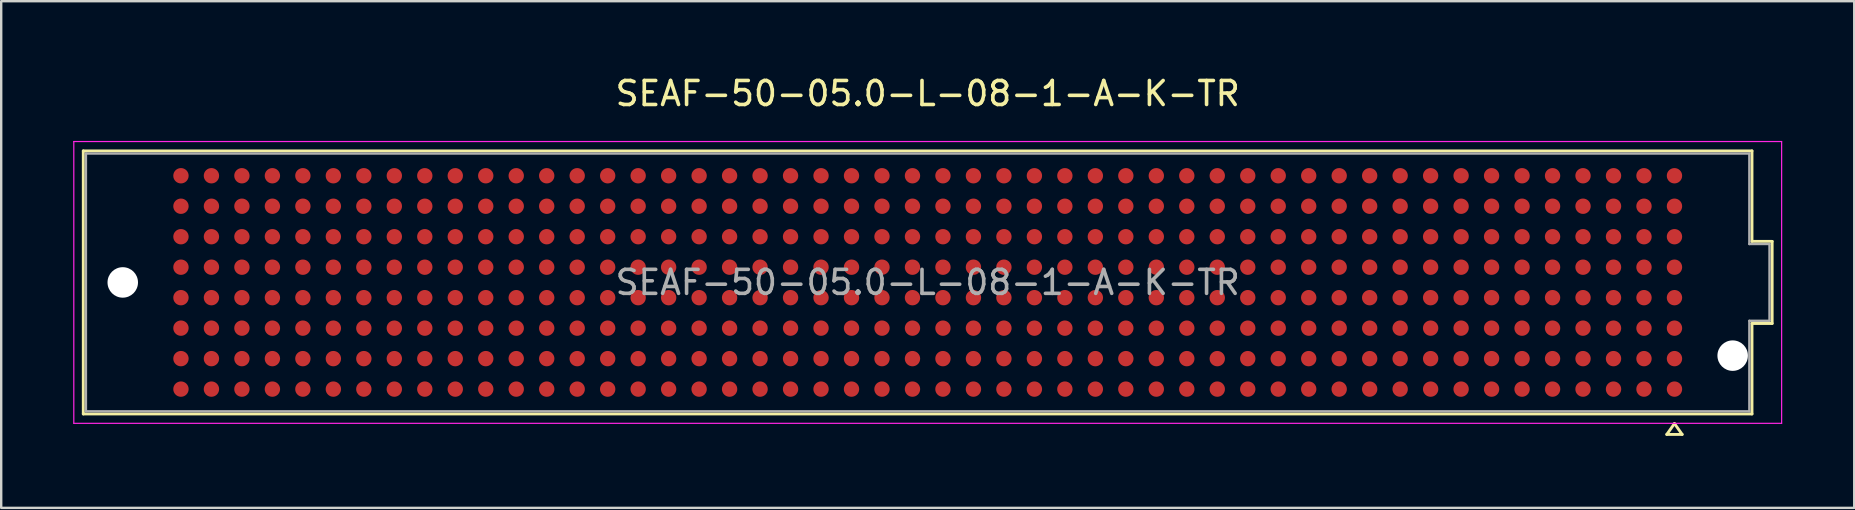
<source format=kicad_pcb>
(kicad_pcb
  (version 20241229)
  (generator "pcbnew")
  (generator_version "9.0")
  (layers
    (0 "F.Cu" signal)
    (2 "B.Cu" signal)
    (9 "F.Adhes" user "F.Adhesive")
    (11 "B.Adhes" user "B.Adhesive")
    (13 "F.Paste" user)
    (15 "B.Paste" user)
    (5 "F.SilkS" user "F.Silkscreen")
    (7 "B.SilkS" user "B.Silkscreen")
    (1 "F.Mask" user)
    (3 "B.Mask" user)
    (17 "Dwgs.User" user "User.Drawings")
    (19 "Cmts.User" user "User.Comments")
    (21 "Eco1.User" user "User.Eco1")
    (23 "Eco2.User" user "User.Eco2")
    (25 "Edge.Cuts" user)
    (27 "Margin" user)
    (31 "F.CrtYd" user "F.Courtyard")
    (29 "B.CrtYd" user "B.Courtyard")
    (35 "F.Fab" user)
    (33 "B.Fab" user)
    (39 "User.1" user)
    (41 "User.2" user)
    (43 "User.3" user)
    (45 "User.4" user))
  (footprint "SEAF-50-05.0-L-08-1-A-K-TR"
    (layer "F.Cu")
    (at 35.605 8.718)
    (property "Reference" "SEAF-50-05.0-L-08-1-A-K-TR" (at 0 -7.87 0) (layer "F.SilkS") (effects (font (size 1 1) (thickness 0.15))))
    (attr smd)
    (fp_line (start -35.185 -5.48) (end 34.345 -5.48) (stroke (width 0.12) (type solid)) (layer "F.SilkS"))
    (fp_line (start -35.185 5.48) (end -35.185 -5.48) (stroke (width 0.12) (type solid)) (layer "F.SilkS"))
    (fp_line (start 30.795 6.333) (end 31.435 6.333) (stroke (width 0.12) (type solid)) (layer "F.SilkS"))
    (fp_line (start 31.115 5.88) (end 30.795 6.333) (stroke (width 0.12) (type solid)) (layer "F.SilkS"))
    (fp_line (start 31.435 6.333) (end 31.115 5.88) (stroke (width 0.12) (type solid)) (layer "F.SilkS"))
    (fp_line (start 34.345 -5.48) (end 34.345 -1.71) (stroke (width 0.12) (type solid)) (layer "F.SilkS"))
    (fp_line (start 34.345 -1.71) (end 35.185 -1.71) (stroke (width 0.12) (type solid)) (layer "F.SilkS"))
    (fp_line (start 34.345 1.71) (end 34.345 5.48) (stroke (width 0.12) (type solid)) (layer "F.SilkS"))
    (fp_line (start 34.345 5.48) (end -35.185 5.48) (stroke (width 0.12) (type solid)) (layer "F.SilkS"))
    (fp_line (start 35.185 -1.71) (end 35.185 1.71) (stroke (width 0.12) (type solid)) (layer "F.SilkS"))
    (fp_line (start 35.185 1.71) (end 34.345 1.71) (stroke (width 0.12) (type solid)) (layer "F.SilkS"))
    (fp_line (start -35.58 -5.87) (end -35.58 5.87) (stroke (width 0.05) (type solid)) (layer "F.CrtYd"))
    (fp_line (start -35.58 5.87) (end 35.58 5.87) (stroke (width 0.05) (type solid)) (layer "F.CrtYd"))
    (fp_line (start 35.58 -5.87) (end -35.58 -5.87) (stroke (width 0.05) (type solid)) (layer "F.CrtYd"))
    (fp_line (start 35.58 5.87) (end 35.58 -5.87) (stroke (width 0.05) (type solid)) (layer "F.CrtYd"))
    (fp_line (start -35.075 -5.37) (end 34.235 -5.37) (stroke (width 0.1) (type solid)) (layer "F.Fab"))
    (fp_line (start -35.075 5.37) (end -35.075 -5.37) (stroke (width 0.1) (type solid)) (layer "F.Fab"))
    (fp_line (start 34.235 -5.37) (end 34.235 -1.6) (stroke (width 0.1) (type solid)) (layer "F.Fab"))
    (fp_line (start 34.235 -1.6) (end 35.075 -1.6) (stroke (width 0.1) (type solid)) (layer "F.Fab"))
    (fp_line (start 34.235 1.6) (end 34.235 5.37) (stroke (width 0.1) (type solid)) (layer "F.Fab"))
    (fp_line (start 34.235 5.37) (end -35.075 5.37) (stroke (width 0.1) (type solid)) (layer "F.Fab"))
    (fp_line (start 35.075 -1.6) (end 35.075 1.6) (stroke (width 0.1) (type solid)) (layer "F.Fab"))
    (fp_line (start 35.075 1.6) (end 34.235 1.6) (stroke (width 0.1) (type solid)) (layer "F.Fab"))
    (fp_text user "${REFERENCE}" (at 0 0 0) (layer "F.Fab") (effects (font (size 1 1) (thickness 0.15))))
    (pad "" np_thru_hole circle (at -33.54 0) (size 1.27 1.27) (drill 1.27) (layers "*.Cu" "*.Mask"))
    (pad "" np_thru_hole circle (at 33.54 3.05) (size 1.27 1.27) (drill 1.27) (layers "*.Cu" "*.Mask"))
    (pad "A1" smd circle (at 31.115 4.445) (size 0.64 0.64) (layers "F.Cu" "F.Mask" "F.Paste"))
    (pad "A2" smd circle (at 29.845 4.445) (size 0.64 0.64) (layers "F.Cu" "F.Mask" "F.Paste"))
    (pad "A3" smd circle (at 28.575 4.445) (size 0.64 0.64) (layers "F.Cu" "F.Mask" "F.Paste"))
    (pad "A4" smd circle (at 27.305 4.445) (size 0.64 0.64) (layers "F.Cu" "F.Mask" "F.Paste"))
    (pad "A5" smd circle (at 26.035 4.445) (size 0.64 0.64) (layers "F.Cu" "F.Mask" "F.Paste"))
    (pad "A6" smd circle (at 24.765 4.445) (size 0.64 0.64) (layers "F.Cu" "F.Mask" "F.Paste"))
    (pad "A7" smd circle (at 23.495 4.445) (size 0.64 0.64) (layers "F.Cu" "F.Mask" "F.Paste"))
    (pad "A8" smd circle (at 22.225 4.445) (size 0.64 0.64) (layers "F.Cu" "F.Mask" "F.Paste"))
    (pad "A9" smd circle (at 20.955 4.445) (size 0.64 0.64) (layers "F.Cu" "F.Mask" "F.Paste"))
    (pad "A10" smd circle (at 19.685 4.445) (size 0.64 0.64) (layers "F.Cu" "F.Mask" "F.Paste"))
    (pad "A11" smd circle (at 18.415 4.445) (size 0.64 0.64) (layers "F.Cu" "F.Mask" "F.Paste"))
    (pad "A12" smd circle (at 17.145 4.445) (size 0.64 0.64) (layers "F.Cu" "F.Mask" "F.Paste"))
    (pad "A13" smd circle (at 15.875 4.445) (size 0.64 0.64) (layers "F.Cu" "F.Mask" "F.Paste"))
    (pad "A14" smd circle (at 14.605 4.445) (size 0.64 0.64) (layers "F.Cu" "F.Mask" "F.Paste"))
    (pad "A15" smd circle (at 13.335 4.445) (size 0.64 0.64) (layers "F.Cu" "F.Mask" "F.Paste"))
    (pad "A16" smd circle (at 12.065 4.445) (size 0.64 0.64) (layers "F.Cu" "F.Mask" "F.Paste"))
    (pad "A17" smd circle (at 10.795 4.445) (size 0.64 0.64) (layers "F.Cu" "F.Mask" "F.Paste"))
    (pad "A18" smd circle (at 9.525 4.445) (size 0.64 0.64) (layers "F.Cu" "F.Mask" "F.Paste"))
    (pad "A19" smd circle (at 8.255 4.445) (size 0.64 0.64) (layers "F.Cu" "F.Mask" "F.Paste"))
    (pad "A20" smd circle (at 6.985 4.445) (size 0.64 0.64) (layers "F.Cu" "F.Mask" "F.Paste"))
    (pad "A21" smd circle (at 5.715 4.445) (size 0.64 0.64) (layers "F.Cu" "F.Mask" "F.Paste"))
    (pad "A22" smd circle (at 4.445 4.445) (size 0.64 0.64) (layers "F.Cu" "F.Mask" "F.Paste"))
    (pad "A23" smd circle (at 3.175 4.445) (size 0.64 0.64) (layers "F.Cu" "F.Mask" "F.Paste"))
    (pad "A24" smd circle (at 1.905 4.445) (size 0.64 0.64) (layers "F.Cu" "F.Mask" "F.Paste"))
    (pad "A25" smd circle (at 0.635 4.445) (size 0.64 0.64) (layers "F.Cu" "F.Mask" "F.Paste"))
    (pad "A26" smd circle (at -0.635 4.445) (size 0.64 0.64) (layers "F.Cu" "F.Mask" "F.Paste"))
    (pad "A27" smd circle (at -1.905 4.445) (size 0.64 0.64) (layers "F.Cu" "F.Mask" "F.Paste"))
    (pad "A28" smd circle (at -3.175 4.445) (size 0.64 0.64) (layers "F.Cu" "F.Mask" "F.Paste"))
    (pad "A29" smd circle (at -4.445 4.445) (size 0.64 0.64) (layers "F.Cu" "F.Mask" "F.Paste"))
    (pad "A30" smd circle (at -5.715 4.445) (size 0.64 0.64) (layers "F.Cu" "F.Mask" "F.Paste"))
    (pad "A31" smd circle (at -6.985 4.445) (size 0.64 0.64) (layers "F.Cu" "F.Mask" "F.Paste"))
    (pad "A32" smd circle (at -8.255 4.445) (size 0.64 0.64) (layers "F.Cu" "F.Mask" "F.Paste"))
    (pad "A33" smd circle (at -9.525 4.445) (size 0.64 0.64) (layers "F.Cu" "F.Mask" "F.Paste"))
    (pad "A34" smd circle (at -10.795 4.445) (size 0.64 0.64) (layers "F.Cu" "F.Mask" "F.Paste"))
    (pad "A35" smd circle (at -12.065 4.445) (size 0.64 0.64) (layers "F.Cu" "F.Mask" "F.Paste"))
    (pad "A36" smd circle (at -13.335 4.445) (size 0.64 0.64) (layers "F.Cu" "F.Mask" "F.Paste"))
    (pad "A37" smd circle (at -14.605 4.445) (size 0.64 0.64) (layers "F.Cu" "F.Mask" "F.Paste"))
    (pad "A38" smd circle (at -15.875 4.445) (size 0.64 0.64) (layers "F.Cu" "F.Mask" "F.Paste"))
    (pad "A39" smd circle (at -17.145 4.445) (size 0.64 0.64) (layers "F.Cu" "F.Mask" "F.Paste"))
    (pad "A40" smd circle (at -18.415 4.445) (size 0.64 0.64) (layers "F.Cu" "F.Mask" "F.Paste"))
    (pad "A41" smd circle (at -19.685 4.445) (size 0.64 0.64) (layers "F.Cu" "F.Mask" "F.Paste"))
    (pad "A42" smd circle (at -20.955 4.445) (size 0.64 0.64) (layers "F.Cu" "F.Mask" "F.Paste"))
    (pad "A43" smd circle (at -22.225 4.445) (size 0.64 0.64) (layers "F.Cu" "F.Mask" "F.Paste"))
    (pad "A44" smd circle (at -23.495 4.445) (size 0.64 0.64) (layers "F.Cu" "F.Mask" "F.Paste"))
    (pad "A45" smd circle (at -24.765 4.445) (size 0.64 0.64) (layers "F.Cu" "F.Mask" "F.Paste"))
    (pad "A46" smd circle (at -26.035 4.445) (size 0.64 0.64) (layers "F.Cu" "F.Mask" "F.Paste"))
    (pad "A47" smd circle (at -27.305 4.445) (size 0.64 0.64) (layers "F.Cu" "F.Mask" "F.Paste"))
    (pad "A48" smd circle (at -28.575 4.445) (size 0.64 0.64) (layers "F.Cu" "F.Mask" "F.Paste"))
    (pad "A49" smd circle (at -29.845 4.445) (size 0.64 0.64) (layers "F.Cu" "F.Mask" "F.Paste"))
    (pad "A50" smd circle (at -31.115 4.445) (size 0.64 0.64) (layers "F.Cu" "F.Mask" "F.Paste"))
    (pad "B1" smd circle (at 31.115 3.175) (size 0.64 0.64) (layers "F.Cu" "F.Mask" "F.Paste"))
    (pad "B2" smd circle (at 29.845 3.175) (size 0.64 0.64) (layers "F.Cu" "F.Mask" "F.Paste"))
    (pad "B3" smd circle (at 28.575 3.175) (size 0.64 0.64) (layers "F.Cu" "F.Mask" "F.Paste"))
    (pad "B4" smd circle (at 27.305 3.175) (size 0.64 0.64) (layers "F.Cu" "F.Mask" "F.Paste"))
    (pad "B5" smd circle (at 26.035 3.175) (size 0.64 0.64) (layers "F.Cu" "F.Mask" "F.Paste"))
    (pad "B6" smd circle (at 24.765 3.175) (size 0.64 0.64) (layers "F.Cu" "F.Mask" "F.Paste"))
    (pad "B7" smd circle (at 23.495 3.175) (size 0.64 0.64) (layers "F.Cu" "F.Mask" "F.Paste"))
    (pad "B8" smd circle (at 22.225 3.175) (size 0.64 0.64) (layers "F.Cu" "F.Mask" "F.Paste"))
    (pad "B9" smd circle (at 20.955 3.175) (size 0.64 0.64) (layers "F.Cu" "F.Mask" "F.Paste"))
    (pad "B10" smd circle (at 19.685 3.175) (size 0.64 0.64) (layers "F.Cu" "F.Mask" "F.Paste"))
    (pad "B11" smd circle (at 18.415 3.175) (size 0.64 0.64) (layers "F.Cu" "F.Mask" "F.Paste"))
    (pad "B12" smd circle (at 17.145 3.175) (size 0.64 0.64) (layers "F.Cu" "F.Mask" "F.Paste"))
    (pad "B13" smd circle (at 15.875 3.175) (size 0.64 0.64) (layers "F.Cu" "F.Mask" "F.Paste"))
    (pad "B14" smd circle (at 14.605 3.175) (size 0.64 0.64) (layers "F.Cu" "F.Mask" "F.Paste"))
    (pad "B15" smd circle (at 13.335 3.175) (size 0.64 0.64) (layers "F.Cu" "F.Mask" "F.Paste"))
    (pad "B16" smd circle (at 12.065 3.175) (size 0.64 0.64) (layers "F.Cu" "F.Mask" "F.Paste"))
    (pad "B17" smd circle (at 10.795 3.175) (size 0.64 0.64) (layers "F.Cu" "F.Mask" "F.Paste"))
    (pad "B18" smd circle (at 9.525 3.175) (size 0.64 0.64) (layers "F.Cu" "F.Mask" "F.Paste"))
    (pad "B19" smd circle (at 8.255 3.175) (size 0.64 0.64) (layers "F.Cu" "F.Mask" "F.Paste"))
    (pad "B20" smd circle (at 6.985 3.175) (size 0.64 0.64) (layers "F.Cu" "F.Mask" "F.Paste"))
    (pad "B21" smd circle (at 5.715 3.175) (size 0.64 0.64) (layers "F.Cu" "F.Mask" "F.Paste"))
    (pad "B22" smd circle (at 4.445 3.175) (size 0.64 0.64) (layers "F.Cu" "F.Mask" "F.Paste"))
    (pad "B23" smd circle (at 3.175 3.175) (size 0.64 0.64) (layers "F.Cu" "F.Mask" "F.Paste"))
    (pad "B24" smd circle (at 1.905 3.175) (size 0.64 0.64) (layers "F.Cu" "F.Mask" "F.Paste"))
    (pad "B25" smd circle (at 0.635 3.175) (size 0.64 0.64) (layers "F.Cu" "F.Mask" "F.Paste"))
    (pad "B26" smd circle (at -0.635 3.175) (size 0.64 0.64) (layers "F.Cu" "F.Mask" "F.Paste"))
    (pad "B27" smd circle (at -1.905 3.175) (size 0.64 0.64) (layers "F.Cu" "F.Mask" "F.Paste"))
    (pad "B28" smd circle (at -3.175 3.175) (size 0.64 0.64) (layers "F.Cu" "F.Mask" "F.Paste"))
    (pad "B29" smd circle (at -4.445 3.175) (size 0.64 0.64) (layers "F.Cu" "F.Mask" "F.Paste"))
    (pad "B30" smd circle (at -5.715 3.175) (size 0.64 0.64) (layers "F.Cu" "F.Mask" "F.Paste"))
    (pad "B31" smd circle (at -6.985 3.175) (size 0.64 0.64) (layers "F.Cu" "F.Mask" "F.Paste"))
    (pad "B32" smd circle (at -8.255 3.175) (size 0.64 0.64) (layers "F.Cu" "F.Mask" "F.Paste"))
    (pad "B33" smd circle (at -9.525 3.175) (size 0.64 0.64) (layers "F.Cu" "F.Mask" "F.Paste"))
    (pad "B34" smd circle (at -10.795 3.175) (size 0.64 0.64) (layers "F.Cu" "F.Mask" "F.Paste"))
    (pad "B35" smd circle (at -12.065 3.175) (size 0.64 0.64) (layers "F.Cu" "F.Mask" "F.Paste"))
    (pad "B36" smd circle (at -13.335 3.175) (size 0.64 0.64) (layers "F.Cu" "F.Mask" "F.Paste"))
    (pad "B37" smd circle (at -14.605 3.175) (size 0.64 0.64) (layers "F.Cu" "F.Mask" "F.Paste"))
    (pad "B38" smd circle (at -15.875 3.175) (size 0.64 0.64) (layers "F.Cu" "F.Mask" "F.Paste"))
    (pad "B39" smd circle (at -17.145 3.175) (size 0.64 0.64) (layers "F.Cu" "F.Mask" "F.Paste"))
    (pad "B40" smd circle (at -18.415 3.175) (size 0.64 0.64) (layers "F.Cu" "F.Mask" "F.Paste"))
    (pad "B41" smd circle (at -19.685 3.175) (size 0.64 0.64) (layers "F.Cu" "F.Mask" "F.Paste"))
    (pad "B42" smd circle (at -20.955 3.175) (size 0.64 0.64) (layers "F.Cu" "F.Mask" "F.Paste"))
    (pad "B43" smd circle (at -22.225 3.175) (size 0.64 0.64) (layers "F.Cu" "F.Mask" "F.Paste"))
    (pad "B44" smd circle (at -23.495 3.175) (size 0.64 0.64) (layers "F.Cu" "F.Mask" "F.Paste"))
    (pad "B45" smd circle (at -24.765 3.175) (size 0.64 0.64) (layers "F.Cu" "F.Mask" "F.Paste"))
    (pad "B46" smd circle (at -26.035 3.175) (size 0.64 0.64) (layers "F.Cu" "F.Mask" "F.Paste"))
    (pad "B47" smd circle (at -27.305 3.175) (size 0.64 0.64) (layers "F.Cu" "F.Mask" "F.Paste"))
    (pad "B48" smd circle (at -28.575 3.175) (size 0.64 0.64) (layers "F.Cu" "F.Mask" "F.Paste"))
    (pad "B49" smd circle (at -29.845 3.175) (size 0.64 0.64) (layers "F.Cu" "F.Mask" "F.Paste"))
    (pad "B50" smd circle (at -31.115 3.175) (size 0.64 0.64) (layers "F.Cu" "F.Mask" "F.Paste"))
    (pad "C1" smd circle (at 31.115 1.905) (size 0.64 0.64) (layers "F.Cu" "F.Mask" "F.Paste"))
    (pad "C2" smd circle (at 29.845 1.905) (size 0.64 0.64) (layers "F.Cu" "F.Mask" "F.Paste"))
    (pad "C3" smd circle (at 28.575 1.905) (size 0.64 0.64) (layers "F.Cu" "F.Mask" "F.Paste"))
    (pad "C4" smd circle (at 27.305 1.905) (size 0.64 0.64) (layers "F.Cu" "F.Mask" "F.Paste"))
    (pad "C5" smd circle (at 26.035 1.905) (size 0.64 0.64) (layers "F.Cu" "F.Mask" "F.Paste"))
    (pad "C6" smd circle (at 24.765 1.905) (size 0.64 0.64) (layers "F.Cu" "F.Mask" "F.Paste"))
    (pad "C7" smd circle (at 23.495 1.905) (size 0.64 0.64) (layers "F.Cu" "F.Mask" "F.Paste"))
    (pad "C8" smd circle (at 22.225 1.905) (size 0.64 0.64) (layers "F.Cu" "F.Mask" "F.Paste"))
    (pad "C9" smd circle (at 20.955 1.905) (size 0.64 0.64) (layers "F.Cu" "F.Mask" "F.Paste"))
    (pad "C10" smd circle (at 19.685 1.905) (size 0.64 0.64) (layers "F.Cu" "F.Mask" "F.Paste"))
    (pad "C11" smd circle (at 18.415 1.905) (size 0.64 0.64) (layers "F.Cu" "F.Mask" "F.Paste"))
    (pad "C12" smd circle (at 17.145 1.905) (size 0.64 0.64) (layers "F.Cu" "F.Mask" "F.Paste"))
    (pad "C13" smd circle (at 15.875 1.905) (size 0.64 0.64) (layers "F.Cu" "F.Mask" "F.Paste"))
    (pad "C14" smd circle (at 14.605 1.905) (size 0.64 0.64) (layers "F.Cu" "F.Mask" "F.Paste"))
    (pad "C15" smd circle (at 13.335 1.905) (size 0.64 0.64) (layers "F.Cu" "F.Mask" "F.Paste"))
    (pad "C16" smd circle (at 12.065 1.905) (size 0.64 0.64) (layers "F.Cu" "F.Mask" "F.Paste"))
    (pad "C17" smd circle (at 10.795 1.905) (size 0.64 0.64) (layers "F.Cu" "F.Mask" "F.Paste"))
    (pad "C18" smd circle (at 9.525 1.905) (size 0.64 0.64) (layers "F.Cu" "F.Mask" "F.Paste"))
    (pad "C19" smd circle (at 8.255 1.905) (size 0.64 0.64) (layers "F.Cu" "F.Mask" "F.Paste"))
    (pad "C20" smd circle (at 6.985 1.905) (size 0.64 0.64) (layers "F.Cu" "F.Mask" "F.Paste"))
    (pad "C21" smd circle (at 5.715 1.905) (size 0.64 0.64) (layers "F.Cu" "F.Mask" "F.Paste"))
    (pad "C22" smd circle (at 4.445 1.905) (size 0.64 0.64) (layers "F.Cu" "F.Mask" "F.Paste"))
    (pad "C23" smd circle (at 3.175 1.905) (size 0.64 0.64) (layers "F.Cu" "F.Mask" "F.Paste"))
    (pad "C24" smd circle (at 1.905 1.905) (size 0.64 0.64) (layers "F.Cu" "F.Mask" "F.Paste"))
    (pad "C25" smd circle (at 0.635 1.905) (size 0.64 0.64) (layers "F.Cu" "F.Mask" "F.Paste"))
    (pad "C26" smd circle (at -0.635 1.905) (size 0.64 0.64) (layers "F.Cu" "F.Mask" "F.Paste"))
    (pad "C27" smd circle (at -1.905 1.905) (size 0.64 0.64) (layers "F.Cu" "F.Mask" "F.Paste"))
    (pad "C28" smd circle (at -3.175 1.905) (size 0.64 0.64) (layers "F.Cu" "F.Mask" "F.Paste"))
    (pad "C29" smd circle (at -4.445 1.905) (size 0.64 0.64) (layers "F.Cu" "F.Mask" "F.Paste"))
    (pad "C30" smd circle (at -5.715 1.905) (size 0.64 0.64) (layers "F.Cu" "F.Mask" "F.Paste"))
    (pad "C31" smd circle (at -6.985 1.905) (size 0.64 0.64) (layers "F.Cu" "F.Mask" "F.Paste"))
    (pad "C32" smd circle (at -8.255 1.905) (size 0.64 0.64) (layers "F.Cu" "F.Mask" "F.Paste"))
    (pad "C33" smd circle (at -9.525 1.905) (size 0.64 0.64) (layers "F.Cu" "F.Mask" "F.Paste"))
    (pad "C34" smd circle (at -10.795 1.905) (size 0.64 0.64) (layers "F.Cu" "F.Mask" "F.Paste"))
    (pad "C35" smd circle (at -12.065 1.905) (size 0.64 0.64) (layers "F.Cu" "F.Mask" "F.Paste"))
    (pad "C36" smd circle (at -13.335 1.905) (size 0.64 0.64) (layers "F.Cu" "F.Mask" "F.Paste"))
    (pad "C37" smd circle (at -14.605 1.905) (size 0.64 0.64) (layers "F.Cu" "F.Mask" "F.Paste"))
    (pad "C38" smd circle (at -15.875 1.905) (size 0.64 0.64) (layers "F.Cu" "F.Mask" "F.Paste"))
    (pad "C39" smd circle (at -17.145 1.905) (size 0.64 0.64) (layers "F.Cu" "F.Mask" "F.Paste"))
    (pad "C40" smd circle (at -18.415 1.905) (size 0.64 0.64) (layers "F.Cu" "F.Mask" "F.Paste"))
    (pad "C41" smd circle (at -19.685 1.905) (size 0.64 0.64) (layers "F.Cu" "F.Mask" "F.Paste"))
    (pad "C42" smd circle (at -20.955 1.905) (size 0.64 0.64) (layers "F.Cu" "F.Mask" "F.Paste"))
    (pad "C43" smd circle (at -22.225 1.905) (size 0.64 0.64) (layers "F.Cu" "F.Mask" "F.Paste"))
    (pad "C44" smd circle (at -23.495 1.905) (size 0.64 0.64) (layers "F.Cu" "F.Mask" "F.Paste"))
    (pad "C45" smd circle (at -24.765 1.905) (size 0.64 0.64) (layers "F.Cu" "F.Mask" "F.Paste"))
    (pad "C46" smd circle (at -26.035 1.905) (size 0.64 0.64) (layers "F.Cu" "F.Mask" "F.Paste"))
    (pad "C47" smd circle (at -27.305 1.905) (size 0.64 0.64) (layers "F.Cu" "F.Mask" "F.Paste"))
    (pad "C48" smd circle (at -28.575 1.905) (size 0.64 0.64) (layers "F.Cu" "F.Mask" "F.Paste"))
    (pad "C49" smd circle (at -29.845 1.905) (size 0.64 0.64) (layers "F.Cu" "F.Mask" "F.Paste"))
    (pad "C50" smd circle (at -31.115 1.905) (size 0.64 0.64) (layers "F.Cu" "F.Mask" "F.Paste"))
    (pad "D1" smd circle (at 31.115 0.635) (size 0.64 0.64) (layers "F.Cu" "F.Mask" "F.Paste"))
    (pad "D2" smd circle (at 29.845 0.635) (size 0.64 0.64) (layers "F.Cu" "F.Mask" "F.Paste"))
    (pad "D3" smd circle (at 28.575 0.635) (size 0.64 0.64) (layers "F.Cu" "F.Mask" "F.Paste"))
    (pad "D4" smd circle (at 27.305 0.635) (size 0.64 0.64) (layers "F.Cu" "F.Mask" "F.Paste"))
    (pad "D5" smd circle (at 26.035 0.635) (size 0.64 0.64) (layers "F.Cu" "F.Mask" "F.Paste"))
    (pad "D6" smd circle (at 24.765 0.635) (size 0.64 0.64) (layers "F.Cu" "F.Mask" "F.Paste"))
    (pad "D7" smd circle (at 23.495 0.635) (size 0.64 0.64) (layers "F.Cu" "F.Mask" "F.Paste"))
    (pad "D8" smd circle (at 22.225 0.635) (size 0.64 0.64) (layers "F.Cu" "F.Mask" "F.Paste"))
    (pad "D9" smd circle (at 20.955 0.635) (size 0.64 0.64) (layers "F.Cu" "F.Mask" "F.Paste"))
    (pad "D10" smd circle (at 19.685 0.635) (size 0.64 0.64) (layers "F.Cu" "F.Mask" "F.Paste"))
    (pad "D11" smd circle (at 18.415 0.635) (size 0.64 0.64) (layers "F.Cu" "F.Mask" "F.Paste"))
    (pad "D12" smd circle (at 17.145 0.635) (size 0.64 0.64) (layers "F.Cu" "F.Mask" "F.Paste"))
    (pad "D13" smd circle (at 15.875 0.635) (size 0.64 0.64) (layers "F.Cu" "F.Mask" "F.Paste"))
    (pad "D14" smd circle (at 14.605 0.635) (size 0.64 0.64) (layers "F.Cu" "F.Mask" "F.Paste"))
    (pad "D15" smd circle (at 13.335 0.635) (size 0.64 0.64) (layers "F.Cu" "F.Mask" "F.Paste"))
    (pad "D16" smd circle (at 12.065 0.635) (size 0.64 0.64) (layers "F.Cu" "F.Mask" "F.Paste"))
    (pad "D17" smd circle (at 10.795 0.635) (size 0.64 0.64) (layers "F.Cu" "F.Mask" "F.Paste"))
    (pad "D18" smd circle (at 9.525 0.635) (size 0.64 0.64) (layers "F.Cu" "F.Mask" "F.Paste"))
    (pad "D19" smd circle (at 8.255 0.635) (size 0.64 0.64) (layers "F.Cu" "F.Mask" "F.Paste"))
    (pad "D20" smd circle (at 6.985 0.635) (size 0.64 0.64) (layers "F.Cu" "F.Mask" "F.Paste"))
    (pad "D21" smd circle (at 5.715 0.635) (size 0.64 0.64) (layers "F.Cu" "F.Mask" "F.Paste"))
    (pad "D22" smd circle (at 4.445 0.635) (size 0.64 0.64) (layers "F.Cu" "F.Mask" "F.Paste"))
    (pad "D23" smd circle (at 3.175 0.635) (size 0.64 0.64) (layers "F.Cu" "F.Mask" "F.Paste"))
    (pad "D24" smd circle (at 1.905 0.635) (size 0.64 0.64) (layers "F.Cu" "F.Mask" "F.Paste"))
    (pad "D25" smd circle (at 0.635 0.635) (size 0.64 0.64) (layers "F.Cu" "F.Mask" "F.Paste"))
    (pad "D26" smd circle (at -0.635 0.635) (size 0.64 0.64) (layers "F.Cu" "F.Mask" "F.Paste"))
    (pad "D27" smd circle (at -1.905 0.635) (size 0.64 0.64) (layers "F.Cu" "F.Mask" "F.Paste"))
    (pad "D28" smd circle (at -3.175 0.635) (size 0.64 0.64) (layers "F.Cu" "F.Mask" "F.Paste"))
    (pad "D29" smd circle (at -4.445 0.635) (size 0.64 0.64) (layers "F.Cu" "F.Mask" "F.Paste"))
    (pad "D30" smd circle (at -5.715 0.635) (size 0.64 0.64) (layers "F.Cu" "F.Mask" "F.Paste"))
    (pad "D31" smd circle (at -6.985 0.635) (size 0.64 0.64) (layers "F.Cu" "F.Mask" "F.Paste"))
    (pad "D32" smd circle (at -8.255 0.635) (size 0.64 0.64) (layers "F.Cu" "F.Mask" "F.Paste"))
    (pad "D33" smd circle (at -9.525 0.635) (size 0.64 0.64) (layers "F.Cu" "F.Mask" "F.Paste"))
    (pad "D34" smd circle (at -10.795 0.635) (size 0.64 0.64) (layers "F.Cu" "F.Mask" "F.Paste"))
    (pad "D35" smd circle (at -12.065 0.635) (size 0.64 0.64) (layers "F.Cu" "F.Mask" "F.Paste"))
    (pad "D36" smd circle (at -13.335 0.635) (size 0.64 0.64) (layers "F.Cu" "F.Mask" "F.Paste"))
    (pad "D37" smd circle (at -14.605 0.635) (size 0.64 0.64) (layers "F.Cu" "F.Mask" "F.Paste"))
    (pad "D38" smd circle (at -15.875 0.635) (size 0.64 0.64) (layers "F.Cu" "F.Mask" "F.Paste"))
    (pad "D39" smd circle (at -17.145 0.635) (size 0.64 0.64) (layers "F.Cu" "F.Mask" "F.Paste"))
    (pad "D40" smd circle (at -18.415 0.635) (size 0.64 0.64) (layers "F.Cu" "F.Mask" "F.Paste"))
    (pad "D41" smd circle (at -19.685 0.635) (size 0.64 0.64) (layers "F.Cu" "F.Mask" "F.Paste"))
    (pad "D42" smd circle (at -20.955 0.635) (size 0.64 0.64) (layers "F.Cu" "F.Mask" "F.Paste"))
    (pad "D43" smd circle (at -22.225 0.635) (size 0.64 0.64) (layers "F.Cu" "F.Mask" "F.Paste"))
    (pad "D44" smd circle (at -23.495 0.635) (size 0.64 0.64) (layers "F.Cu" "F.Mask" "F.Paste"))
    (pad "D45" smd circle (at -24.765 0.635) (size 0.64 0.64) (layers "F.Cu" "F.Mask" "F.Paste"))
    (pad "D46" smd circle (at -26.035 0.635) (size 0.64 0.64) (layers "F.Cu" "F.Mask" "F.Paste"))
    (pad "D47" smd circle (at -27.305 0.635) (size 0.64 0.64) (layers "F.Cu" "F.Mask" "F.Paste"))
    (pad "D48" smd circle (at -28.575 0.635) (size 0.64 0.64) (layers "F.Cu" "F.Mask" "F.Paste"))
    (pad "D49" smd circle (at -29.845 0.635) (size 0.64 0.64) (layers "F.Cu" "F.Mask" "F.Paste"))
    (pad "D50" smd circle (at -31.115 0.635) (size 0.64 0.64) (layers "F.Cu" "F.Mask" "F.Paste"))
    (pad "E1" smd circle (at 31.115 -0.635) (size 0.64 0.64) (layers "F.Cu" "F.Mask" "F.Paste"))
    (pad "E2" smd circle (at 29.845 -0.635) (size 0.64 0.64) (layers "F.Cu" "F.Mask" "F.Paste"))
    (pad "E3" smd circle (at 28.575 -0.635) (size 0.64 0.64) (layers "F.Cu" "F.Mask" "F.Paste"))
    (pad "E4" smd circle (at 27.305 -0.635) (size 0.64 0.64) (layers "F.Cu" "F.Mask" "F.Paste"))
    (pad "E5" smd circle (at 26.035 -0.635) (size 0.64 0.64) (layers "F.Cu" "F.Mask" "F.Paste"))
    (pad "E6" smd circle (at 24.765 -0.635) (size 0.64 0.64) (layers "F.Cu" "F.Mask" "F.Paste"))
    (pad "E7" smd circle (at 23.495 -0.635) (size 0.64 0.64) (layers "F.Cu" "F.Mask" "F.Paste"))
    (pad "E8" smd circle (at 22.225 -0.635) (size 0.64 0.64) (layers "F.Cu" "F.Mask" "F.Paste"))
    (pad "E9" smd circle (at 20.955 -0.635) (size 0.64 0.64) (layers "F.Cu" "F.Mask" "F.Paste"))
    (pad "E10" smd circle (at 19.685 -0.635) (size 0.64 0.64) (layers "F.Cu" "F.Mask" "F.Paste"))
    (pad "E11" smd circle (at 18.415 -0.635) (size 0.64 0.64) (layers "F.Cu" "F.Mask" "F.Paste"))
    (pad "E12" smd circle (at 17.145 -0.635) (size 0.64 0.64) (layers "F.Cu" "F.Mask" "F.Paste"))
    (pad "E13" smd circle (at 15.875 -0.635) (size 0.64 0.64) (layers "F.Cu" "F.Mask" "F.Paste"))
    (pad "E14" smd circle (at 14.605 -0.635) (size 0.64 0.64) (layers "F.Cu" "F.Mask" "F.Paste"))
    (pad "E15" smd circle (at 13.335 -0.635) (size 0.64 0.64) (layers "F.Cu" "F.Mask" "F.Paste"))
    (pad "E16" smd circle (at 12.065 -0.635) (size 0.64 0.64) (layers "F.Cu" "F.Mask" "F.Paste"))
    (pad "E17" smd circle (at 10.795 -0.635) (size 0.64 0.64) (layers "F.Cu" "F.Mask" "F.Paste"))
    (pad "E18" smd circle (at 9.525 -0.635) (size 0.64 0.64) (layers "F.Cu" "F.Mask" "F.Paste"))
    (pad "E19" smd circle (at 8.255 -0.635) (size 0.64 0.64) (layers "F.Cu" "F.Mask" "F.Paste"))
    (pad "E20" smd circle (at 6.985 -0.635) (size 0.64 0.64) (layers "F.Cu" "F.Mask" "F.Paste"))
    (pad "E21" smd circle (at 5.715 -0.635) (size 0.64 0.64) (layers "F.Cu" "F.Mask" "F.Paste"))
    (pad "E22" smd circle (at 4.445 -0.635) (size 0.64 0.64) (layers "F.Cu" "F.Mask" "F.Paste"))
    (pad "E23" smd circle (at 3.175 -0.635) (size 0.64 0.64) (layers "F.Cu" "F.Mask" "F.Paste"))
    (pad "E24" smd circle (at 1.905 -0.635) (size 0.64 0.64) (layers "F.Cu" "F.Mask" "F.Paste"))
    (pad "E25" smd circle (at 0.635 -0.635) (size 0.64 0.64) (layers "F.Cu" "F.Mask" "F.Paste"))
    (pad "E26" smd circle (at -0.635 -0.635) (size 0.64 0.64) (layers "F.Cu" "F.Mask" "F.Paste"))
    (pad "E27" smd circle (at -1.905 -0.635) (size 0.64 0.64) (layers "F.Cu" "F.Mask" "F.Paste"))
    (pad "E28" smd circle (at -3.175 -0.635) (size 0.64 0.64) (layers "F.Cu" "F.Mask" "F.Paste"))
    (pad "E29" smd circle (at -4.445 -0.635) (size 0.64 0.64) (layers "F.Cu" "F.Mask" "F.Paste"))
    (pad "E30" smd circle (at -5.715 -0.635) (size 0.64 0.64) (layers "F.Cu" "F.Mask" "F.Paste"))
    (pad "E31" smd circle (at -6.985 -0.635) (size 0.64 0.64) (layers "F.Cu" "F.Mask" "F.Paste"))
    (pad "E32" smd circle (at -8.255 -0.635) (size 0.64 0.64) (layers "F.Cu" "F.Mask" "F.Paste"))
    (pad "E33" smd circle (at -9.525 -0.635) (size 0.64 0.64) (layers "F.Cu" "F.Mask" "F.Paste"))
    (pad "E34" smd circle (at -10.795 -0.635) (size 0.64 0.64) (layers "F.Cu" "F.Mask" "F.Paste"))
    (pad "E35" smd circle (at -12.065 -0.635) (size 0.64 0.64) (layers "F.Cu" "F.Mask" "F.Paste"))
    (pad "E36" smd circle (at -13.335 -0.635) (size 0.64 0.64) (layers "F.Cu" "F.Mask" "F.Paste"))
    (pad "E37" smd circle (at -14.605 -0.635) (size 0.64 0.64) (layers "F.Cu" "F.Mask" "F.Paste"))
    (pad "E38" smd circle (at -15.875 -0.635) (size 0.64 0.64) (layers "F.Cu" "F.Mask" "F.Paste"))
    (pad "E39" smd circle (at -17.145 -0.635) (size 0.64 0.64) (layers "F.Cu" "F.Mask" "F.Paste"))
    (pad "E40" smd circle (at -18.415 -0.635) (size 0.64 0.64) (layers "F.Cu" "F.Mask" "F.Paste"))
    (pad "E41" smd circle (at -19.685 -0.635) (size 0.64 0.64) (layers "F.Cu" "F.Mask" "F.Paste"))
    (pad "E42" smd circle (at -20.955 -0.635) (size 0.64 0.64) (layers "F.Cu" "F.Mask" "F.Paste"))
    (pad "E43" smd circle (at -22.225 -0.635) (size 0.64 0.64) (layers "F.Cu" "F.Mask" "F.Paste"))
    (pad "E44" smd circle (at -23.495 -0.635) (size 0.64 0.64) (layers "F.Cu" "F.Mask" "F.Paste"))
    (pad "E45" smd circle (at -24.765 -0.635) (size 0.64 0.64) (layers "F.Cu" "F.Mask" "F.Paste"))
    (pad "E46" smd circle (at -26.035 -0.635) (size 0.64 0.64) (layers "F.Cu" "F.Mask" "F.Paste"))
    (pad "E47" smd circle (at -27.305 -0.635) (size 0.64 0.64) (layers "F.Cu" "F.Mask" "F.Paste"))
    (pad "E48" smd circle (at -28.575 -0.635) (size 0.64 0.64) (layers "F.Cu" "F.Mask" "F.Paste"))
    (pad "E49" smd circle (at -29.845 -0.635) (size 0.64 0.64) (layers "F.Cu" "F.Mask" "F.Paste"))
    (pad "E50" smd circle (at -31.115 -0.635) (size 0.64 0.64) (layers "F.Cu" "F.Mask" "F.Paste"))
    (pad "F1" smd circle (at 31.115 -1.905) (size 0.64 0.64) (layers "F.Cu" "F.Mask" "F.Paste"))
    (pad "F2" smd circle (at 29.845 -1.905) (size 0.64 0.64) (layers "F.Cu" "F.Mask" "F.Paste"))
    (pad "F3" smd circle (at 28.575 -1.905) (size 0.64 0.64) (layers "F.Cu" "F.Mask" "F.Paste"))
    (pad "F4" smd circle (at 27.305 -1.905) (size 0.64 0.64) (layers "F.Cu" "F.Mask" "F.Paste"))
    (pad "F5" smd circle (at 26.035 -1.905) (size 0.64 0.64) (layers "F.Cu" "F.Mask" "F.Paste"))
    (pad "F6" smd circle (at 24.765 -1.905) (size 0.64 0.64) (layers "F.Cu" "F.Mask" "F.Paste"))
    (pad "F7" smd circle (at 23.495 -1.905) (size 0.64 0.64) (layers "F.Cu" "F.Mask" "F.Paste"))
    (pad "F8" smd circle (at 22.225 -1.905) (size 0.64 0.64) (layers "F.Cu" "F.Mask" "F.Paste"))
    (pad "F9" smd circle (at 20.955 -1.905) (size 0.64 0.64) (layers "F.Cu" "F.Mask" "F.Paste"))
    (pad "F10" smd circle (at 19.685 -1.905) (size 0.64 0.64) (layers "F.Cu" "F.Mask" "F.Paste"))
    (pad "F11" smd circle (at 18.415 -1.905) (size 0.64 0.64) (layers "F.Cu" "F.Mask" "F.Paste"))
    (pad "F12" smd circle (at 17.145 -1.905) (size 0.64 0.64) (layers "F.Cu" "F.Mask" "F.Paste"))
    (pad "F13" smd circle (at 15.875 -1.905) (size 0.64 0.64) (layers "F.Cu" "F.Mask" "F.Paste"))
    (pad "F14" smd circle (at 14.605 -1.905) (size 0.64 0.64) (layers "F.Cu" "F.Mask" "F.Paste"))
    (pad "F15" smd circle (at 13.335 -1.905) (size 0.64 0.64) (layers "F.Cu" "F.Mask" "F.Paste"))
    (pad "F16" smd circle (at 12.065 -1.905) (size 0.64 0.64) (layers "F.Cu" "F.Mask" "F.Paste"))
    (pad "F17" smd circle (at 10.795 -1.905) (size 0.64 0.64) (layers "F.Cu" "F.Mask" "F.Paste"))
    (pad "F18" smd circle (at 9.525 -1.905) (size 0.64 0.64) (layers "F.Cu" "F.Mask" "F.Paste"))
    (pad "F19" smd circle (at 8.255 -1.905) (size 0.64 0.64) (layers "F.Cu" "F.Mask" "F.Paste"))
    (pad "F20" smd circle (at 6.985 -1.905) (size 0.64 0.64) (layers "F.Cu" "F.Mask" "F.Paste"))
    (pad "F21" smd circle (at 5.715 -1.905) (size 0.64 0.64) (layers "F.Cu" "F.Mask" "F.Paste"))
    (pad "F22" smd circle (at 4.445 -1.905) (size 0.64 0.64) (layers "F.Cu" "F.Mask" "F.Paste"))
    (pad "F23" smd circle (at 3.175 -1.905) (size 0.64 0.64) (layers "F.Cu" "F.Mask" "F.Paste"))
    (pad "F24" smd circle (at 1.905 -1.905) (size 0.64 0.64) (layers "F.Cu" "F.Mask" "F.Paste"))
    (pad "F25" smd circle (at 0.635 -1.905) (size 0.64 0.64) (layers "F.Cu" "F.Mask" "F.Paste"))
    (pad "F26" smd circle (at -0.635 -1.905) (size 0.64 0.64) (layers "F.Cu" "F.Mask" "F.Paste"))
    (pad "F27" smd circle (at -1.905 -1.905) (size 0.64 0.64) (layers "F.Cu" "F.Mask" "F.Paste"))
    (pad "F28" smd circle (at -3.175 -1.905) (size 0.64 0.64) (layers "F.Cu" "F.Mask" "F.Paste"))
    (pad "F29" smd circle (at -4.445 -1.905) (size 0.64 0.64) (layers "F.Cu" "F.Mask" "F.Paste"))
    (pad "F30" smd circle (at -5.715 -1.905) (size 0.64 0.64) (layers "F.Cu" "F.Mask" "F.Paste"))
    (pad "F31" smd circle (at -6.985 -1.905) (size 0.64 0.64) (layers "F.Cu" "F.Mask" "F.Paste"))
    (pad "F32" smd circle (at -8.255 -1.905) (size 0.64 0.64) (layers "F.Cu" "F.Mask" "F.Paste"))
    (pad "F33" smd circle (at -9.525 -1.905) (size 0.64 0.64) (layers "F.Cu" "F.Mask" "F.Paste"))
    (pad "F34" smd circle (at -10.795 -1.905) (size 0.64 0.64) (layers "F.Cu" "F.Mask" "F.Paste"))
    (pad "F35" smd circle (at -12.065 -1.905) (size 0.64 0.64) (layers "F.Cu" "F.Mask" "F.Paste"))
    (pad "F36" smd circle (at -13.335 -1.905) (size 0.64 0.64) (layers "F.Cu" "F.Mask" "F.Paste"))
    (pad "F37" smd circle (at -14.605 -1.905) (size 0.64 0.64) (layers "F.Cu" "F.Mask" "F.Paste"))
    (pad "F38" smd circle (at -15.875 -1.905) (size 0.64 0.64) (layers "F.Cu" "F.Mask" "F.Paste"))
    (pad "F39" smd circle (at -17.145 -1.905) (size 0.64 0.64) (layers "F.Cu" "F.Mask" "F.Paste"))
    (pad "F40" smd circle (at -18.415 -1.905) (size 0.64 0.64) (layers "F.Cu" "F.Mask" "F.Paste"))
    (pad "F41" smd circle (at -19.685 -1.905) (size 0.64 0.64) (layers "F.Cu" "F.Mask" "F.Paste"))
    (pad "F42" smd circle (at -20.955 -1.905) (size 0.64 0.64) (layers "F.Cu" "F.Mask" "F.Paste"))
    (pad "F43" smd circle (at -22.225 -1.905) (size 0.64 0.64) (layers "F.Cu" "F.Mask" "F.Paste"))
    (pad "F44" smd circle (at -23.495 -1.905) (size 0.64 0.64) (layers "F.Cu" "F.Mask" "F.Paste"))
    (pad "F45" smd circle (at -24.765 -1.905) (size 0.64 0.64) (layers "F.Cu" "F.Mask" "F.Paste"))
    (pad "F46" smd circle (at -26.035 -1.905) (size 0.64 0.64) (layers "F.Cu" "F.Mask" "F.Paste"))
    (pad "F47" smd circle (at -27.305 -1.905) (size 0.64 0.64) (layers "F.Cu" "F.Mask" "F.Paste"))
    (pad "F48" smd circle (at -28.575 -1.905) (size 0.64 0.64) (layers "F.Cu" "F.Mask" "F.Paste"))
    (pad "F49" smd circle (at -29.845 -1.905) (size 0.64 0.64) (layers "F.Cu" "F.Mask" "F.Paste"))
    (pad "F50" smd circle (at -31.115 -1.905) (size 0.64 0.64) (layers "F.Cu" "F.Mask" "F.Paste"))
    (pad "G1" smd circle (at 31.115 -3.175) (size 0.64 0.64) (layers "F.Cu" "F.Mask" "F.Paste"))
    (pad "G2" smd circle (at 29.845 -3.175) (size 0.64 0.64) (layers "F.Cu" "F.Mask" "F.Paste"))
    (pad "G3" smd circle (at 28.575 -3.175) (size 0.64 0.64) (layers "F.Cu" "F.Mask" "F.Paste"))
    (pad "G4" smd circle (at 27.305 -3.175) (size 0.64 0.64) (layers "F.Cu" "F.Mask" "F.Paste"))
    (pad "G5" smd circle (at 26.035 -3.175) (size 0.64 0.64) (layers "F.Cu" "F.Mask" "F.Paste"))
    (pad "G6" smd circle (at 24.765 -3.175) (size 0.64 0.64) (layers "F.Cu" "F.Mask" "F.Paste"))
    (pad "G7" smd circle (at 23.495 -3.175) (size 0.64 0.64) (layers "F.Cu" "F.Mask" "F.Paste"))
    (pad "G8" smd circle (at 22.225 -3.175) (size 0.64 0.64) (layers "F.Cu" "F.Mask" "F.Paste"))
    (pad "G9" smd circle (at 20.955 -3.175) (size 0.64 0.64) (layers "F.Cu" "F.Mask" "F.Paste"))
    (pad "G10" smd circle (at 19.685 -3.175) (size 0.64 0.64) (layers "F.Cu" "F.Mask" "F.Paste"))
    (pad "G11" smd circle (at 18.415 -3.175) (size 0.64 0.64) (layers "F.Cu" "F.Mask" "F.Paste"))
    (pad "G12" smd circle (at 17.145 -3.175) (size 0.64 0.64) (layers "F.Cu" "F.Mask" "F.Paste"))
    (pad "G13" smd circle (at 15.875 -3.175) (size 0.64 0.64) (layers "F.Cu" "F.Mask" "F.Paste"))
    (pad "G14" smd circle (at 14.605 -3.175) (size 0.64 0.64) (layers "F.Cu" "F.Mask" "F.Paste"))
    (pad "G15" smd circle (at 13.335 -3.175) (size 0.64 0.64) (layers "F.Cu" "F.Mask" "F.Paste"))
    (pad "G16" smd circle (at 12.065 -3.175) (size 0.64 0.64) (layers "F.Cu" "F.Mask" "F.Paste"))
    (pad "G17" smd circle (at 10.795 -3.175) (size 0.64 0.64) (layers "F.Cu" "F.Mask" "F.Paste"))
    (pad "G18" smd circle (at 9.525 -3.175) (size 0.64 0.64) (layers "F.Cu" "F.Mask" "F.Paste"))
    (pad "G19" smd circle (at 8.255 -3.175) (size 0.64 0.64) (layers "F.Cu" "F.Mask" "F.Paste"))
    (pad "G20" smd circle (at 6.985 -3.175) (size 0.64 0.64) (layers "F.Cu" "F.Mask" "F.Paste"))
    (pad "G21" smd circle (at 5.715 -3.175) (size 0.64 0.64) (layers "F.Cu" "F.Mask" "F.Paste"))
    (pad "G22" smd circle (at 4.445 -3.175) (size 0.64 0.64) (layers "F.Cu" "F.Mask" "F.Paste"))
    (pad "G23" smd circle (at 3.175 -3.175) (size 0.64 0.64) (layers "F.Cu" "F.Mask" "F.Paste"))
    (pad "G24" smd circle (at 1.905 -3.175) (size 0.64 0.64) (layers "F.Cu" "F.Mask" "F.Paste"))
    (pad "G25" smd circle (at 0.635 -3.175) (size 0.64 0.64) (layers "F.Cu" "F.Mask" "F.Paste"))
    (pad "G26" smd circle (at -0.635 -3.175) (size 0.64 0.64) (layers "F.Cu" "F.Mask" "F.Paste"))
    (pad "G27" smd circle (at -1.905 -3.175) (size 0.64 0.64) (layers "F.Cu" "F.Mask" "F.Paste"))
    (pad "G28" smd circle (at -3.175 -3.175) (size 0.64 0.64) (layers "F.Cu" "F.Mask" "F.Paste"))
    (pad "G29" smd circle (at -4.445 -3.175) (size 0.64 0.64) (layers "F.Cu" "F.Mask" "F.Paste"))
    (pad "G30" smd circle (at -5.715 -3.175) (size 0.64 0.64) (layers "F.Cu" "F.Mask" "F.Paste"))
    (pad "G31" smd circle (at -6.985 -3.175) (size 0.64 0.64) (layers "F.Cu" "F.Mask" "F.Paste"))
    (pad "G32" smd circle (at -8.255 -3.175) (size 0.64 0.64) (layers "F.Cu" "F.Mask" "F.Paste"))
    (pad "G33" smd circle (at -9.525 -3.175) (size 0.64 0.64) (layers "F.Cu" "F.Mask" "F.Paste"))
    (pad "G34" smd circle (at -10.795 -3.175) (size 0.64 0.64) (layers "F.Cu" "F.Mask" "F.Paste"))
    (pad "G35" smd circle (at -12.065 -3.175) (size 0.64 0.64) (layers "F.Cu" "F.Mask" "F.Paste"))
    (pad "G36" smd circle (at -13.335 -3.175) (size 0.64 0.64) (layers "F.Cu" "F.Mask" "F.Paste"))
    (pad "G37" smd circle (at -14.605 -3.175) (size 0.64 0.64) (layers "F.Cu" "F.Mask" "F.Paste"))
    (pad "G38" smd circle (at -15.875 -3.175) (size 0.64 0.64) (layers "F.Cu" "F.Mask" "F.Paste"))
    (pad "G39" smd circle (at -17.145 -3.175) (size 0.64 0.64) (layers "F.Cu" "F.Mask" "F.Paste"))
    (pad "G40" smd circle (at -18.415 -3.175) (size 0.64 0.64) (layers "F.Cu" "F.Mask" "F.Paste"))
    (pad "G41" smd circle (at -19.685 -3.175) (size 0.64 0.64) (layers "F.Cu" "F.Mask" "F.Paste"))
    (pad "G42" smd circle (at -20.955 -3.175) (size 0.64 0.64) (layers "F.Cu" "F.Mask" "F.Paste"))
    (pad "G43" smd circle (at -22.225 -3.175) (size 0.64 0.64) (layers "F.Cu" "F.Mask" "F.Paste"))
    (pad "G44" smd circle (at -23.495 -3.175) (size 0.64 0.64) (layers "F.Cu" "F.Mask" "F.Paste"))
    (pad "G45" smd circle (at -24.765 -3.175) (size 0.64 0.64) (layers "F.Cu" "F.Mask" "F.Paste"))
    (pad "G46" smd circle (at -26.035 -3.175) (size 0.64 0.64) (layers "F.Cu" "F.Mask" "F.Paste"))
    (pad "G47" smd circle (at -27.305 -3.175) (size 0.64 0.64) (layers "F.Cu" "F.Mask" "F.Paste"))
    (pad "G48" smd circle (at -28.575 -3.175) (size 0.64 0.64) (layers "F.Cu" "F.Mask" "F.Paste"))
    (pad "G49" smd circle (at -29.845 -3.175) (size 0.64 0.64) (layers "F.Cu" "F.Mask" "F.Paste"))
    (pad "G50" smd circle (at -31.115 -3.175) (size 0.64 0.64) (layers "F.Cu" "F.Mask" "F.Paste"))
    (pad "H1" smd circle (at 31.115 -4.445) (size 0.64 0.64) (layers "F.Cu" "F.Mask" "F.Paste"))
    (pad "H2" smd circle (at 29.845 -4.445) (size 0.64 0.64) (layers "F.Cu" "F.Mask" "F.Paste"))
    (pad "H3" smd circle (at 28.575 -4.445) (size 0.64 0.64) (layers "F.Cu" "F.Mask" "F.Paste"))
    (pad "H4" smd circle (at 27.305 -4.445) (size 0.64 0.64) (layers "F.Cu" "F.Mask" "F.Paste"))
    (pad "H5" smd circle (at 26.035 -4.445) (size 0.64 0.64) (layers "F.Cu" "F.Mask" "F.Paste"))
    (pad "H6" smd circle (at 24.765 -4.445) (size 0.64 0.64) (layers "F.Cu" "F.Mask" "F.Paste"))
    (pad "H7" smd circle (at 23.495 -4.445) (size 0.64 0.64) (layers "F.Cu" "F.Mask" "F.Paste"))
    (pad "H8" smd circle (at 22.225 -4.445) (size 0.64 0.64) (layers "F.Cu" "F.Mask" "F.Paste"))
    (pad "H9" smd circle (at 20.955 -4.445) (size 0.64 0.64) (layers "F.Cu" "F.Mask" "F.Paste"))
    (pad "H10" smd circle (at 19.685 -4.445) (size 0.64 0.64) (layers "F.Cu" "F.Mask" "F.Paste"))
    (pad "H11" smd circle (at 18.415 -4.445) (size 0.64 0.64) (layers "F.Cu" "F.Mask" "F.Paste"))
    (pad "H12" smd circle (at 17.145 -4.445) (size 0.64 0.64) (layers "F.Cu" "F.Mask" "F.Paste"))
    (pad "H13" smd circle (at 15.875 -4.445) (size 0.64 0.64) (layers "F.Cu" "F.Mask" "F.Paste"))
    (pad "H14" smd circle (at 14.605 -4.445) (size 0.64 0.64) (layers "F.Cu" "F.Mask" "F.Paste"))
    (pad "H15" smd circle (at 13.335 -4.445) (size 0.64 0.64) (layers "F.Cu" "F.Mask" "F.Paste"))
    (pad "H16" smd circle (at 12.065 -4.445) (size 0.64 0.64) (layers "F.Cu" "F.Mask" "F.Paste"))
    (pad "H17" smd circle (at 10.795 -4.445) (size 0.64 0.64) (layers "F.Cu" "F.Mask" "F.Paste"))
    (pad "H18" smd circle (at 9.525 -4.445) (size 0.64 0.64) (layers "F.Cu" "F.Mask" "F.Paste"))
    (pad "H19" smd circle (at 8.255 -4.445) (size 0.64 0.64) (layers "F.Cu" "F.Mask" "F.Paste"))
    (pad "H20" smd circle (at 6.985 -4.445) (size 0.64 0.64) (layers "F.Cu" "F.Mask" "F.Paste"))
    (pad "H21" smd circle (at 5.715 -4.445) (size 0.64 0.64) (layers "F.Cu" "F.Mask" "F.Paste"))
    (pad "H22" smd circle (at 4.445 -4.445) (size 0.64 0.64) (layers "F.Cu" "F.Mask" "F.Paste"))
    (pad "H23" smd circle (at 3.175 -4.445) (size 0.64 0.64) (layers "F.Cu" "F.Mask" "F.Paste"))
    (pad "H24" smd circle (at 1.905 -4.445) (size 0.64 0.64) (layers "F.Cu" "F.Mask" "F.Paste"))
    (pad "H25" smd circle (at 0.635 -4.445) (size 0.64 0.64) (layers "F.Cu" "F.Mask" "F.Paste"))
    (pad "H26" smd circle (at -0.635 -4.445) (size 0.64 0.64) (layers "F.Cu" "F.Mask" "F.Paste"))
    (pad "H27" smd circle (at -1.905 -4.445) (size 0.64 0.64) (layers "F.Cu" "F.Mask" "F.Paste"))
    (pad "H28" smd circle (at -3.175 -4.445) (size 0.64 0.64) (layers "F.Cu" "F.Mask" "F.Paste"))
    (pad "H29" smd circle (at -4.445 -4.445) (size 0.64 0.64) (layers "F.Cu" "F.Mask" "F.Paste"))
    (pad "H30" smd circle (at -5.715 -4.445) (size 0.64 0.64) (layers "F.Cu" "F.Mask" "F.Paste"))
    (pad "H31" smd circle (at -6.985 -4.445) (size 0.64 0.64) (layers "F.Cu" "F.Mask" "F.Paste"))
    (pad "H32" smd circle (at -8.255 -4.445) (size 0.64 0.64) (layers "F.Cu" "F.Mask" "F.Paste"))
    (pad "H33" smd circle (at -9.525 -4.445) (size 0.64 0.64) (layers "F.Cu" "F.Mask" "F.Paste"))
    (pad "H34" smd circle (at -10.795 -4.445) (size 0.64 0.64) (layers "F.Cu" "F.Mask" "F.Paste"))
    (pad "H35" smd circle (at -12.065 -4.445) (size 0.64 0.64) (layers "F.Cu" "F.Mask" "F.Paste"))
    (pad "H36" smd circle (at -13.335 -4.445) (size 0.64 0.64) (layers "F.Cu" "F.Mask" "F.Paste"))
    (pad "H37" smd circle (at -14.605 -4.445) (size 0.64 0.64) (layers "F.Cu" "F.Mask" "F.Paste"))
    (pad "H38" smd circle (at -15.875 -4.445) (size 0.64 0.64) (layers "F.Cu" "F.Mask" "F.Paste"))
    (pad "H39" smd circle (at -17.145 -4.445) (size 0.64 0.64) (layers "F.Cu" "F.Mask" "F.Paste"))
    (pad "H40" smd circle (at -18.415 -4.445) (size 0.64 0.64) (layers "F.Cu" "F.Mask" "F.Paste"))
    (pad "H41" smd circle (at -19.685 -4.445) (size 0.64 0.64) (layers "F.Cu" "F.Mask" "F.Paste"))
    (pad "H42" smd circle (at -20.955 -4.445) (size 0.64 0.64) (layers "F.Cu" "F.Mask" "F.Paste"))
    (pad "H43" smd circle (at -22.225 -4.445) (size 0.64 0.64) (layers "F.Cu" "F.Mask" "F.Paste"))
    (pad "H44" smd circle (at -23.495 -4.445) (size 0.64 0.64) (layers "F.Cu" "F.Mask" "F.Paste"))
    (pad "H45" smd circle (at -24.765 -4.445) (size 0.64 0.64) (layers "F.Cu" "F.Mask" "F.Paste"))
    (pad "H46" smd circle (at -26.035 -4.445) (size 0.64 0.64) (layers "F.Cu" "F.Mask" "F.Paste"))
    (pad "H47" smd circle (at -27.305 -4.445) (size 0.64 0.64) (layers "F.Cu" "F.Mask" "F.Paste"))
    (pad "H48" smd circle (at -28.575 -4.445) (size 0.64 0.64) (layers "F.Cu" "F.Mask" "F.Paste"))
    (pad "H49" smd circle (at -29.845 -4.445) (size 0.64 0.64) (layers "F.Cu" "F.Mask" "F.Paste"))
    (pad "H50" smd circle (at -31.115 -4.445) (size 0.64 0.64) (layers "F.Cu" "F.Mask" "F.Paste")))
  (gr_rect
    (start -3 -3)
    (end 74.21 18.111)
    (stroke (width 0.1) (type default))
    (fill no)
    (layer "Edge.Cuts")))
</source>
